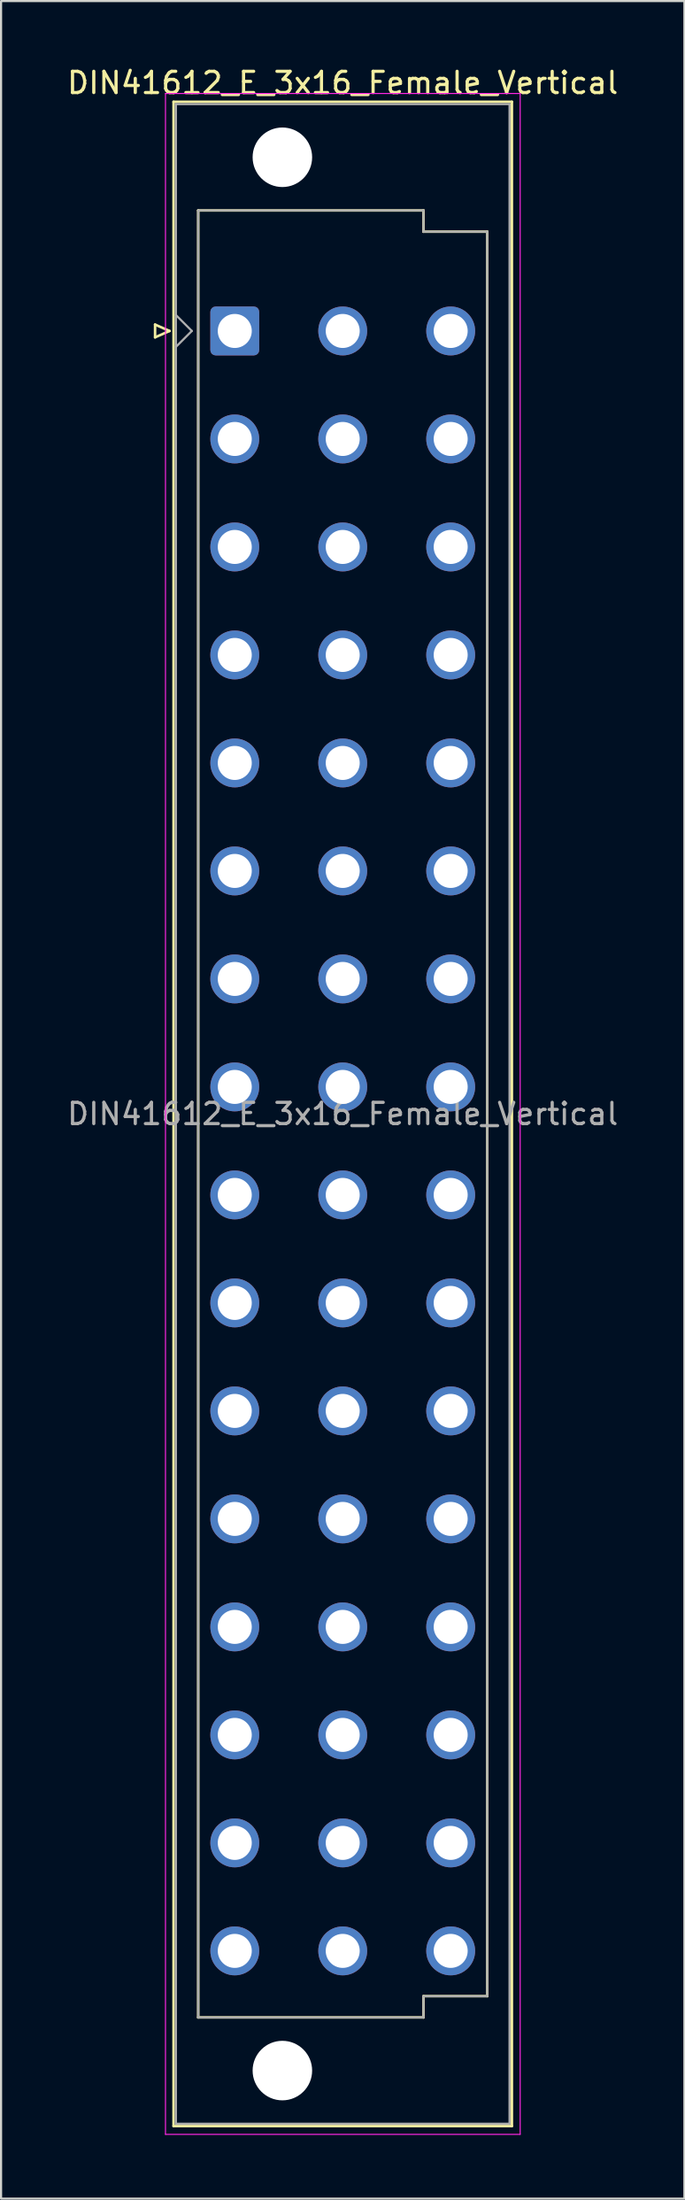
<source format=kicad_pcb>
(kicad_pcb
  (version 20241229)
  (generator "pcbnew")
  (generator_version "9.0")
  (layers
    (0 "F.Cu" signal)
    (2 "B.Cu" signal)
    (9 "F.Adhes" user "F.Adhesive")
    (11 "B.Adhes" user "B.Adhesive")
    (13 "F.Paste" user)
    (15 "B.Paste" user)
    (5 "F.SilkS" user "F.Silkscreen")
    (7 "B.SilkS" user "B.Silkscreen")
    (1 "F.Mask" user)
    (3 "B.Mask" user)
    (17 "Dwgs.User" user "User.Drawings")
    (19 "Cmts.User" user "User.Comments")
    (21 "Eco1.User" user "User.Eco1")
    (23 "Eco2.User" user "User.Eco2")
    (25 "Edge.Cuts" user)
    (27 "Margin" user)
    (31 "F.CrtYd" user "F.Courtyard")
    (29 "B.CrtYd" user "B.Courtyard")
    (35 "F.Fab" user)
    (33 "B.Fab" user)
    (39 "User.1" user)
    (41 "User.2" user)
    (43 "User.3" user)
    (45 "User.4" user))
  (footprint "DIN41612_E_3x16_Female_Vertical"
    (layer "F.Cu")
    (at 7.997 9.978)
    (property "Reference" "DIN41612_E_3x16_Female_Vertical" (at 5.08 -9.13 0) (layer "F.SilkS") (effects (font (size 1 1) (thickness 0.15))))
    (attr through_hole)
    (fp_line (start -3.75 2.24) (end -3.75 2.84) (stroke (width 0.12) (type solid)) (layer "F.SilkS"))
    (fp_line (start -3.75 2.84) (end -3.07 2.54) (stroke (width 0.12) (type solid)) (layer "F.SilkS"))
    (fp_line (start -3.07 2.54) (end -3.75 2.24) (stroke (width 0.12) (type solid)) (layer "F.SilkS"))
    (fp_line (start -2.88 -8.24) (end 13.04 -8.24) (stroke (width 0.12) (type solid)) (layer "F.SilkS"))
    (fp_line (start -2.88 86.98) (end -2.88 -8.24) (stroke (width 0.12) (type solid)) (layer "F.SilkS"))
    (fp_line (start -1.72 -3.13) (end 8.88 -3.13) (stroke (width 0.12) (type solid)) (layer "F.SilkS"))
    (fp_line (start -1.72 81.87) (end -1.72 -3.13) (stroke (width 0.12) (type solid)) (layer "F.SilkS"))
    (fp_line (start 8.88 -3.13) (end 8.88 -2.13) (stroke (width 0.12) (type solid)) (layer "F.SilkS"))
    (fp_line (start 8.88 -2.13) (end 11.88 -2.13) (stroke (width 0.12) (type solid)) (layer "F.SilkS"))
    (fp_line (start 8.88 80.87) (end 8.88 81.87) (stroke (width 0.12) (type solid)) (layer "F.SilkS"))
    (fp_line (start 8.88 81.87) (end -1.72 81.87) (stroke (width 0.12) (type solid)) (layer "F.SilkS"))
    (fp_line (start 11.88 -2.13) (end 11.88 80.87) (stroke (width 0.12) (type solid)) (layer "F.SilkS"))
    (fp_line (start 11.88 80.87) (end 8.88 80.87) (stroke (width 0.12) (type solid)) (layer "F.SilkS"))
    (fp_line (start 13.04 -8.24) (end 13.04 86.98) (stroke (width 0.12) (type solid)) (layer "F.SilkS"))
    (fp_line (start 13.04 86.98) (end -2.88 86.98) (stroke (width 0.12) (type solid)) (layer "F.SilkS"))
    (fp_line (start -3.26 -8.63) (end 13.43 -8.63) (stroke (width 0.05) (type solid)) (layer "F.CrtYd"))
    (fp_line (start -3.26 87.37) (end -3.26 -8.63) (stroke (width 0.05) (type solid)) (layer "F.CrtYd"))
    (fp_line (start 13.43 -8.63) (end 13.43 87.37) (stroke (width 0.05) (type solid)) (layer "F.CrtYd"))
    (fp_line (start 13.43 87.37) (end -3.26 87.37) (stroke (width 0.05) (type solid)) (layer "F.CrtYd"))
    (fp_line (start -2.77 -8.13) (end 12.93 -8.13) (stroke (width 0.1) (type solid)) (layer "F.Fab"))
    (fp_line (start -2.77 1.79) (end -2.02 2.54) (stroke (width 0.1) (type solid)) (layer "F.Fab"))
    (fp_line (start -2.77 86.87) (end -2.77 -8.13) (stroke (width 0.1) (type solid)) (layer "F.Fab"))
    (fp_line (start -2.02 2.54) (end -2.77 3.29) (stroke (width 0.1) (type solid)) (layer "F.Fab"))
    (fp_line (start -1.72 -3.13) (end 8.88 -3.13) (stroke (width 0.1) (type solid)) (layer "F.Fab"))
    (fp_line (start -1.72 81.87) (end -1.72 -3.13) (stroke (width 0.1) (type solid)) (layer "F.Fab"))
    (fp_line (start 8.88 -3.13) (end 8.88 -2.13) (stroke (width 0.1) (type solid)) (layer "F.Fab"))
    (fp_line (start 8.88 -2.13) (end 11.88 -2.13) (stroke (width 0.1) (type solid)) (layer "F.Fab"))
    (fp_line (start 8.88 80.87) (end 8.88 81.87) (stroke (width 0.1) (type solid)) (layer "F.Fab"))
    (fp_line (start 8.88 81.87) (end -1.72 81.87) (stroke (width 0.1) (type solid)) (layer "F.Fab"))
    (fp_line (start 11.88 -2.13) (end 11.88 80.87) (stroke (width 0.1) (type solid)) (layer "F.Fab"))
    (fp_line (start 11.88 80.87) (end 8.88 80.87) (stroke (width 0.1) (type solid)) (layer "F.Fab"))
    (fp_line (start 12.93 -8.13) (end 12.93 86.87) (stroke (width 0.1) (type solid)) (layer "F.Fab"))
    (fp_line (start 12.93 86.87) (end -2.77 86.87) (stroke (width 0.1) (type solid)) (layer "F.Fab"))
    (fp_text user "${REFERENCE}" (at 5.08 39.37 0) (layer "F.Fab") (effects (font (size 1 1) (thickness 0.15))))
    (pad "" np_thru_hole circle (at 2.24 -5.63) (size 2.8 2.8) (drill 2.8) (layers "*.Cu" "*.Mask"))
    (pad "" np_thru_hole circle (at 2.24 84.37) (size 2.8 2.8) (drill 2.8) (layers "*.Cu" "*.Mask"))
    (pad "a2" thru_hole roundrect (at 0 2.54) (size 2.3 2.3) (drill 1.6) (layers "*.Cu" "*.Mask") (roundrect_rratio 0.109))
    (pad "a4" thru_hole circle (at 0 7.62) (size 2.3 2.3) (drill 1.6) (layers "*.Cu" "*.Mask"))
    (pad "a6" thru_hole circle (at 0 12.7) (size 2.3 2.3) (drill 1.6) (layers "*.Cu" "*.Mask"))
    (pad "a8" thru_hole circle (at 0 17.78) (size 2.3 2.3) (drill 1.6) (layers "*.Cu" "*.Mask"))
    (pad "a10" thru_hole circle (at 0 22.86) (size 2.3 2.3) (drill 1.6) (layers "*.Cu" "*.Mask"))
    (pad "a12" thru_hole circle (at 0 27.94) (size 2.3 2.3) (drill 1.6) (layers "*.Cu" "*.Mask"))
    (pad "a14" thru_hole circle (at 0 33.02) (size 2.3 2.3) (drill 1.6) (layers "*.Cu" "*.Mask"))
    (pad "a16" thru_hole circle (at 0 38.1) (size 2.3 2.3) (drill 1.6) (layers "*.Cu" "*.Mask"))
    (pad "a18" thru_hole circle (at 0 43.18) (size 2.3 2.3) (drill 1.6) (layers "*.Cu" "*.Mask"))
    (pad "a20" thru_hole circle (at 0 48.26) (size 2.3 2.3) (drill 1.6) (layers "*.Cu" "*.Mask"))
    (pad "a22" thru_hole circle (at 0 53.34) (size 2.3 2.3) (drill 1.6) (layers "*.Cu" "*.Mask"))
    (pad "a24" thru_hole circle (at 0 58.42) (size 2.3 2.3) (drill 1.6) (layers "*.Cu" "*.Mask"))
    (pad "a26" thru_hole circle (at 0 63.5) (size 2.3 2.3) (drill 1.6) (layers "*.Cu" "*.Mask"))
    (pad "a28" thru_hole circle (at 0 68.58) (size 2.3 2.3) (drill 1.6) (layers "*.Cu" "*.Mask"))
    (pad "a30" thru_hole circle (at 0 73.66) (size 2.3 2.3) (drill 1.6) (layers "*.Cu" "*.Mask"))
    (pad "a32" thru_hole circle (at 0 78.74) (size 2.3 2.3) (drill 1.6) (layers "*.Cu" "*.Mask"))
    (pad "c2" thru_hole circle (at 5.08 2.54) (size 2.3 2.3) (drill 1.6) (layers "*.Cu" "*.Mask"))
    (pad "c4" thru_hole circle (at 5.08 7.62) (size 2.3 2.3) (drill 1.6) (layers "*.Cu" "*.Mask"))
    (pad "c6" thru_hole circle (at 5.08 12.7) (size 2.3 2.3) (drill 1.6) (layers "*.Cu" "*.Mask"))
    (pad "c8" thru_hole circle (at 5.08 17.78) (size 2.3 2.3) (drill 1.6) (layers "*.Cu" "*.Mask"))
    (pad "c10" thru_hole circle (at 5.08 22.86) (size 2.3 2.3) (drill 1.6) (layers "*.Cu" "*.Mask"))
    (pad "c12" thru_hole circle (at 5.08 27.94) (size 2.3 2.3) (drill 1.6) (layers "*.Cu" "*.Mask"))
    (pad "c14" thru_hole circle (at 5.08 33.02) (size 2.3 2.3) (drill 1.6) (layers "*.Cu" "*.Mask"))
    (pad "c16" thru_hole circle (at 5.08 38.1) (size 2.3 2.3) (drill 1.6) (layers "*.Cu" "*.Mask"))
    (pad "c18" thru_hole circle (at 5.08 43.18) (size 2.3 2.3) (drill 1.6) (layers "*.Cu" "*.Mask"))
    (pad "c20" thru_hole circle (at 5.08 48.26) (size 2.3 2.3) (drill 1.6) (layers "*.Cu" "*.Mask"))
    (pad "c22" thru_hole circle (at 5.08 53.34) (size 2.3 2.3) (drill 1.6) (layers "*.Cu" "*.Mask"))
    (pad "c24" thru_hole circle (at 5.08 58.42) (size 2.3 2.3) (drill 1.6) (layers "*.Cu" "*.Mask"))
    (pad "c26" thru_hole circle (at 5.08 63.5) (size 2.3 2.3) (drill 1.6) (layers "*.Cu" "*.Mask"))
    (pad "c28" thru_hole circle (at 5.08 68.58) (size 2.3 2.3) (drill 1.6) (layers "*.Cu" "*.Mask"))
    (pad "c30" thru_hole circle (at 5.08 73.66) (size 2.3 2.3) (drill 1.6) (layers "*.Cu" "*.Mask"))
    (pad "c32" thru_hole circle (at 5.08 78.74) (size 2.3 2.3) (drill 1.6) (layers "*.Cu" "*.Mask"))
    (pad "e2" thru_hole circle (at 10.16 2.54) (size 2.3 2.3) (drill 1.6) (layers "*.Cu" "*.Mask"))
    (pad "e4" thru_hole circle (at 10.16 7.62) (size 2.3 2.3) (drill 1.6) (layers "*.Cu" "*.Mask"))
    (pad "e6" thru_hole circle (at 10.16 12.7) (size 2.3 2.3) (drill 1.6) (layers "*.Cu" "*.Mask"))
    (pad "e8" thru_hole circle (at 10.16 17.78) (size 2.3 2.3) (drill 1.6) (layers "*.Cu" "*.Mask"))
    (pad "e10" thru_hole circle (at 10.16 22.86) (size 2.3 2.3) (drill 1.6) (layers "*.Cu" "*.Mask"))
    (pad "e12" thru_hole circle (at 10.16 27.94) (size 2.3 2.3) (drill 1.6) (layers "*.Cu" "*.Mask"))
    (pad "e14" thru_hole circle (at 10.16 33.02) (size 2.3 2.3) (drill 1.6) (layers "*.Cu" "*.Mask"))
    (pad "e16" thru_hole circle (at 10.16 38.1) (size 2.3 2.3) (drill 1.6) (layers "*.Cu" "*.Mask"))
    (pad "e18" thru_hole circle (at 10.16 43.18) (size 2.3 2.3) (drill 1.6) (layers "*.Cu" "*.Mask"))
    (pad "e20" thru_hole circle (at 10.16 48.26) (size 2.3 2.3) (drill 1.6) (layers "*.Cu" "*.Mask"))
    (pad "e22" thru_hole circle (at 10.16 53.34) (size 2.3 2.3) (drill 1.6) (layers "*.Cu" "*.Mask"))
    (pad "e24" thru_hole circle (at 10.16 58.42) (size 2.3 2.3) (drill 1.6) (layers "*.Cu" "*.Mask"))
    (pad "e26" thru_hole circle (at 10.16 63.5) (size 2.3 2.3) (drill 1.6) (layers "*.Cu" "*.Mask"))
    (pad "e28" thru_hole circle (at 10.16 68.58) (size 2.3 2.3) (drill 1.6) (layers "*.Cu" "*.Mask"))
    (pad "e30" thru_hole circle (at 10.16 73.66) (size 2.3 2.3) (drill 1.6) (layers "*.Cu" "*.Mask"))
    (pad "e32" thru_hole circle (at 10.16 78.74) (size 2.3 2.3) (drill 1.6) (layers "*.Cu" "*.Mask")))
  (gr_rect
    (start -3 -3)
    (end 29.155 100.373)
    (stroke (width 0.1) (type default))
    (fill no)
    (layer "Edge.Cuts")))
</source>
